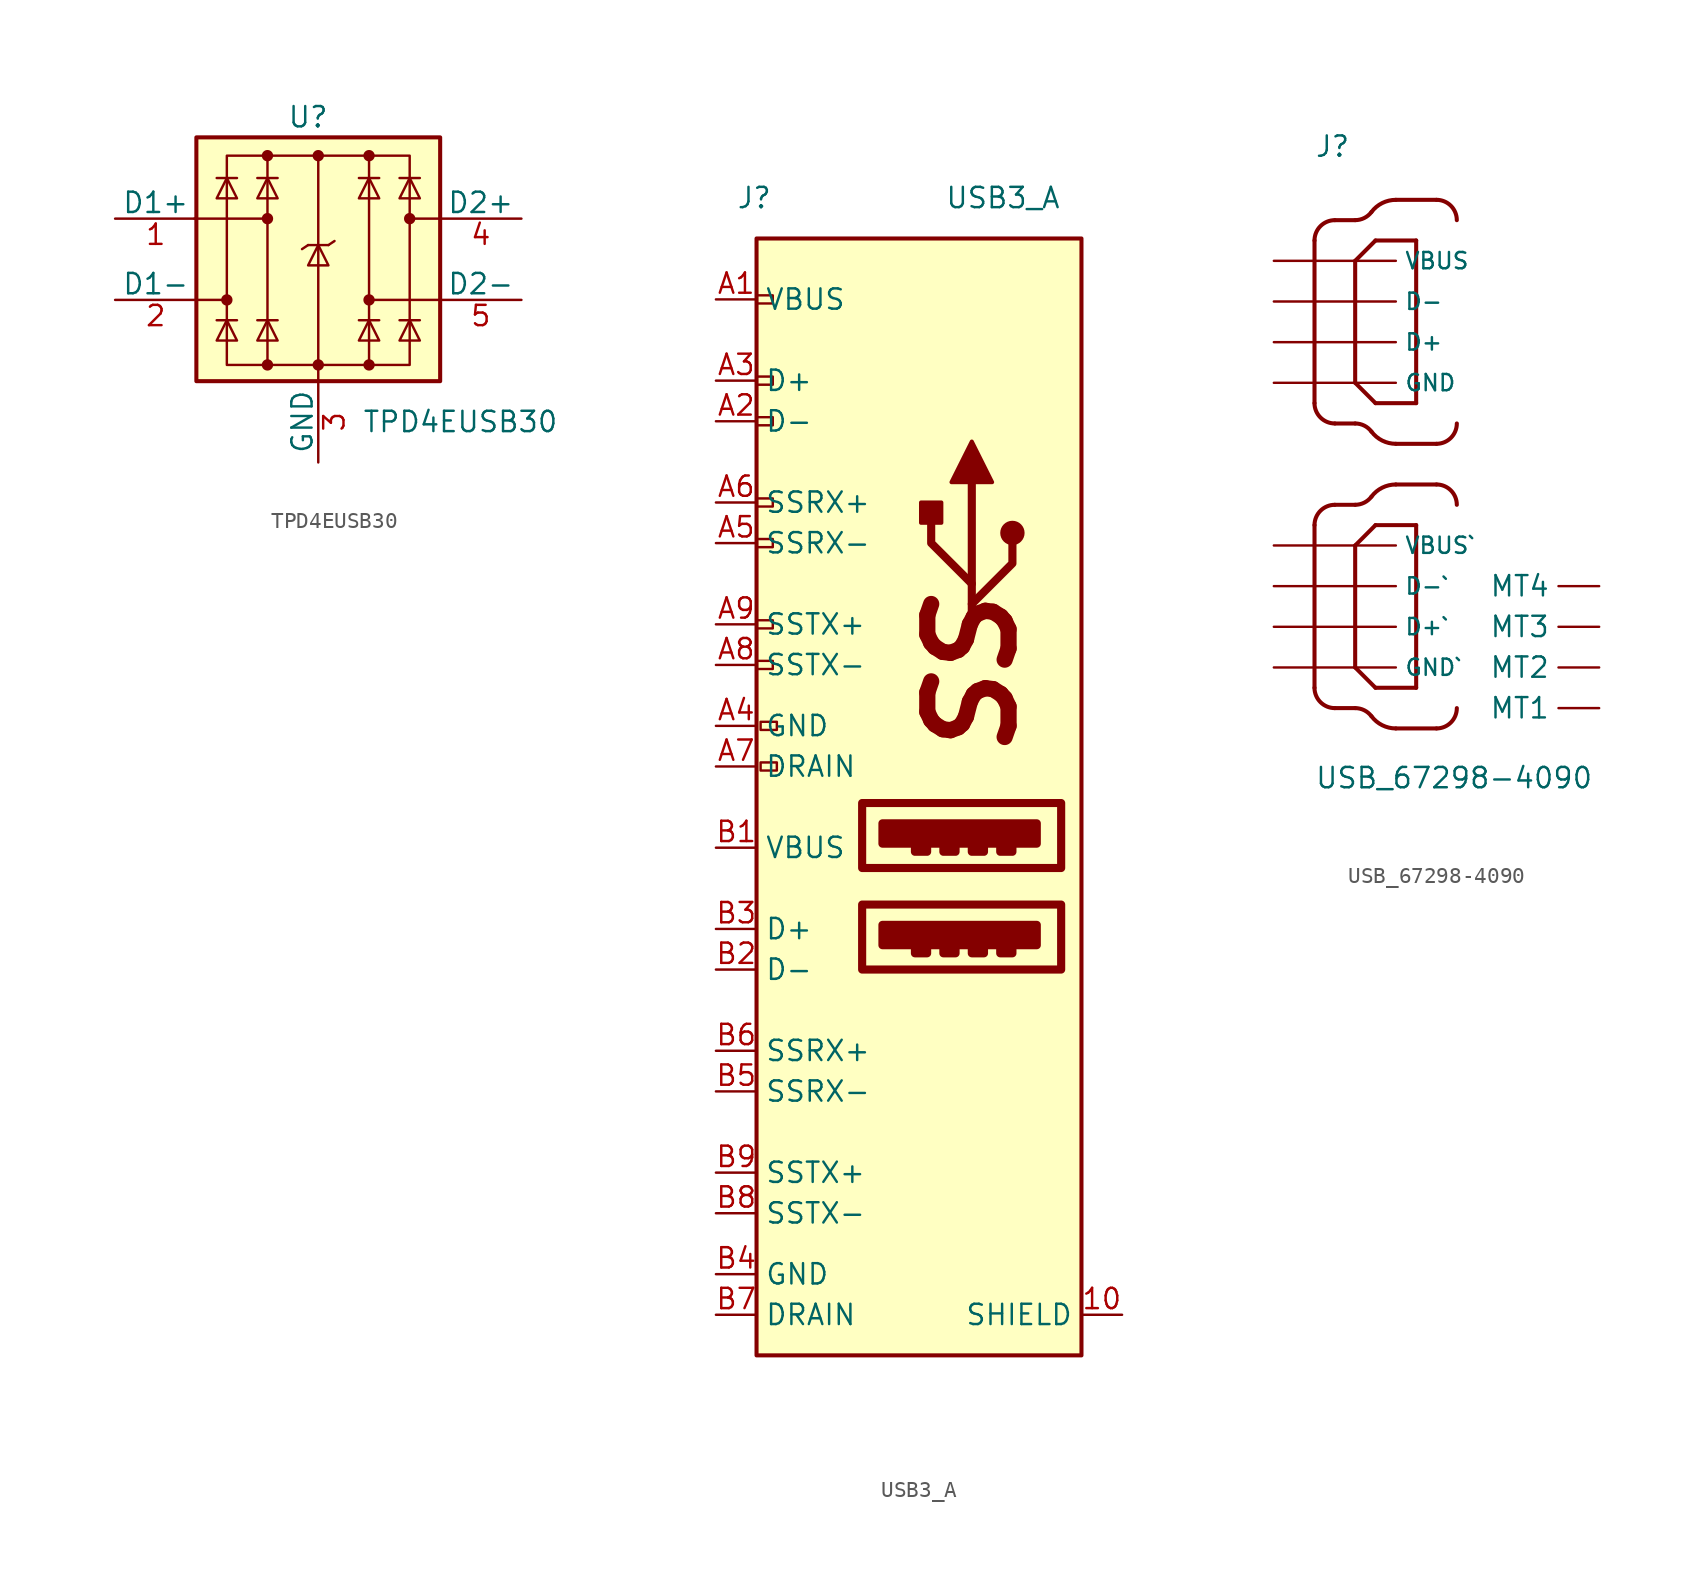
<source format=kicad_sym>
(kicad_symbol_lib
  (version 20201005)
  (generator kicad_symbol_editor)
  (symbol "AP3000:TPD4EUSB30"
    (pin_names
      (offset 0))
    (property "Reference" "U"
      (at -0.635 8.89 0)
      (effects (font (size 1.27 1.27))))
    (property "Value" "TPD4EUSB30"
      (at 8.89 -10.16 0)
      (effects (font (size 1.27 1.27))))
    (symbol "TPD4EUSB30_0_0"
      (rectangle (start -5.715 6.477) (end 5.715 -6.604) (stroke (width 0)) (fill (type none)))
      (polyline (pts (xy -3.175 -6.604) (xy -3.175 6.477)) (stroke (width 0)) (fill (type none)))
      (polyline (pts (xy 0 6.477) (xy 0 -6.604)) (stroke (width 0)) (fill (type none)))
      (polyline (pts (xy 3.175 6.477) (xy 3.175 -6.604)) (stroke (width 0)) (fill (type none))))
    (symbol "TPD4EUSB30_0_1"
      (circle (center -5.715 -2.54) (radius 0.279) (stroke (width 0)) (fill (type outline)))
      (circle (center -3.175 -6.604) (radius 0.279) (stroke (width 0)) (fill (type outline)))
      (circle (center -3.175 2.54) (radius 0.279) (stroke (width 0)) (fill (type outline)))
      (circle (center -3.175 6.477) (radius 0.279) (stroke (width 0)) (fill (type outline)))
      (circle (center 0 -6.604) (radius 0.279) (stroke (width 0)) (fill (type outline)))
      (circle (center 0 6.477) (radius 0.279) (stroke (width 0)) (fill (type outline)))
      (circle (center 3.175 -6.604) (radius 0.279) (stroke (width 0)) (fill (type outline)))
      (circle (center 3.175 -2.54) (radius 0.279) (stroke (width 0)) (fill (type outline)))
      (circle (center 3.175 6.477) (radius 0.279) (stroke (width 0)) (fill (type outline)))
      (circle (center 5.715 2.54) (radius 0.279) (stroke (width 0)) (fill (type outline)))
      (rectangle (start -7.62 7.62) (end 7.62 -7.62) (stroke (width 0.254)) (fill (type background)))
      (polyline (pts (xy -7.747 2.54) (xy -3.175 2.54)) (stroke (width 0)) (fill (type none)))
      (polyline (pts (xy -7.62 -2.54) (xy -5.715 -2.54)) (stroke (width 0)) (fill (type none)))
      (polyline (pts (xy -5.08 -3.81) (xy -6.35 -3.81)) (stroke (width 0)) (fill (type none)))
      (polyline (pts (xy -5.08 5.08) (xy -6.35 5.08)) (stroke (width 0)) (fill (type none)))
      (polyline (pts (xy -2.54 -3.81) (xy -3.81 -3.81)) (stroke (width 0)) (fill (type none)))
      (polyline (pts (xy -2.54 5.08) (xy -3.81 5.08)) (stroke (width 0)) (fill (type none)))
      (polyline (pts (xy -0.635 0.889) (xy -1.016 0.635)) (stroke (width 0)) (fill (type none)))
      (polyline (pts (xy 0 -6.604) (xy 0 -7.62)) (stroke (width 0)) (fill (type none)))
      (polyline (pts (xy 0.635 0.889) (xy -0.635 0.889)) (stroke (width 0)) (fill (type none)))
      (polyline (pts (xy 0.635 0.889) (xy 1.016 1.143)) (stroke (width 0)) (fill (type none)))
      (polyline (pts (xy 3.81 -3.81) (xy 2.54 -3.81)) (stroke (width 0)) (fill (type none)))
      (polyline (pts (xy 3.81 5.08) (xy 2.54 5.08)) (stroke (width 0)) (fill (type none)))
      (polyline (pts (xy 6.35 -3.81) (xy 5.08 -3.81)) (stroke (width 0)) (fill (type none)))
      (polyline (pts (xy 6.35 5.08) (xy 5.08 5.08)) (stroke (width 0)) (fill (type none)))
      (polyline (pts (xy 7.62 -2.54) (xy 3.175 -2.54)) (stroke (width 0)) (fill (type none)))
      (polyline (pts (xy 7.62 2.54) (xy 5.715 2.54)) (stroke (width 0)) (fill (type none)))
      (polyline (pts (xy -5.08 -5.08) (xy -6.35 -5.08) (xy -5.715 -3.81) (xy -5.08 -5.08)) (stroke (width 0)) (fill (type none)))
      (polyline (pts (xy -5.08 3.81) (xy -6.35 3.81) (xy -5.715 5.08) (xy -5.08 3.81)) (stroke (width 0)) (fill (type none)))
      (polyline (pts (xy -2.54 -5.08) (xy -3.81 -5.08) (xy -3.175 -3.81) (xy -2.54 -5.08)) (stroke (width 0)) (fill (type none)))
      (polyline (pts (xy -2.54 3.81) (xy -3.81 3.81) (xy -3.175 5.08) (xy -2.54 3.81)) (stroke (width 0)) (fill (type none)))
      (polyline (pts (xy 0.635 -0.381) (xy -0.635 -0.381) (xy 0 0.889) (xy 0.635 -0.381)) (stroke (width 0)) (fill (type none)))
      (polyline (pts (xy 3.81 -5.08) (xy 2.54 -5.08) (xy 3.175 -3.81) (xy 3.81 -5.08)) (stroke (width 0)) (fill (type none)))
      (polyline (pts (xy 3.81 3.81) (xy 2.54 3.81) (xy 3.175 5.08) (xy 3.81 3.81)) (stroke (width 0)) (fill (type none)))
      (polyline (pts (xy 6.35 -5.08) (xy 5.08 -5.08) (xy 5.715 -3.81) (xy 6.35 -5.08)) (stroke (width 0)) (fill (type none)))
      (polyline (pts (xy 6.35 3.81) (xy 5.08 3.81) (xy 5.715 5.08) (xy 6.35 3.81)) (stroke (width 0)) (fill (type none))))
    (symbol "TPD4EUSB30_1_1"
      (pin passive line (at -12.7 2.54 0) (length 5.08) (name "D1+" (effects (font (size 1.27 1.27)))) (number "1" (effects (font (size 1.27 1.27)))))
      (pin passive line (at -12.7 2.54 0) (length 5.08) hide (name "~" (effects (font (size 1.27 1.27)))) (number "10" (effects (font (size 1.27 1.27)))))
      (pin passive line (at -12.7 -2.54 0) (length 5.08) (name "D1-" (effects (font (size 1.27 1.27)))) (number "2" (effects (font (size 1.27 1.27)))))
      (pin power_in line (at 0 -12.7 90) (length 5.08) (name "GND" (effects (font (size 1.27 1.27)))) (number "3" (effects (font (size 1.27 1.27)))))
      (pin passive line (at 12.7 2.54 180) (length 5.08) (name "D2+" (effects (font (size 1.27 1.27)))) (number "4" (effects (font (size 1.27 1.27)))))
      (pin passive line (at 12.7 -2.54 180) (length 5.08) (name "D2-" (effects (font (size 1.27 1.27)))) (number "5" (effects (font (size 1.27 1.27)))))
      (pin passive line (at 12.7 -2.54 180) (length 5.08) hide (name "~" (effects (font (size 1.27 1.27)))) (number "6" (effects (font (size 1.27 1.27)))))
      (pin passive line (at 12.7 2.54 180) (length 5.08) hide (name "~" (effects (font (size 1.27 1.27)))) (number "7" (effects (font (size 1.27 1.27)))))
      (pin passive line (at 0 -12.7 90) (length 5.08) hide (name "GND" (effects (font (size 1.27 1.27)))) (number "8" (effects (font (size 1.27 1.27)))))
      (pin passive line (at -12.7 -2.54 0) (length 5.08) hide (name "~" (effects (font (size 1.27 1.27)))) (number "9" (effects (font (size 1.27 1.27)))))))
  (symbol "AP3000:USB3_A"
    (property "Reference" "J"
      (at -10.16 33.02 0)
      (effects (font (size 1.27 1.27)) (justify left)))
    (property "Value" "USB3_A"
      (at 10.16 33.02 0)
      (effects (font (size 1.27 1.27)) (justify right)))
    (symbol "USB3_A_1_1"
      (circle (center 7.112 12.065) (radius 0.635) (stroke (width 0.254)) (fill (type outline)))
      (text "SS" (at 4.572 3.175 900) (effects (font (size 5.08 5.08) bold italic)))
      (rectangle (start -8.89 4.064) (end -7.874 3.556) (stroke (width 0)) (fill (type none)))
      (rectangle (start -8.89 6.604) (end -7.874 6.096) (stroke (width 0)) (fill (type none)))
      (rectangle (start -8.89 11.684) (end -7.874 11.176) (stroke (width 0)) (fill (type none)))
      (rectangle (start -8.89 14.224) (end -7.874 13.716) (stroke (width 0)) (fill (type none)))
      (rectangle (start -8.89 19.304) (end -7.874 18.796) (stroke (width 0)) (fill (type none)))
      (rectangle (start -8.89 21.844) (end -7.874 21.336) (stroke (width 0)) (fill (type none)))
      (rectangle (start -8.89 26.924) (end -7.874 26.416) (stroke (width 0)) (fill (type none)))
      (rectangle (start -7.62 -2.286) (end -8.636 -2.794) (stroke (width 0)) (fill (type none)))
      (rectangle (start -7.62 0.254) (end -8.636 -0.254) (stroke (width 0)) (fill (type none)))
      (rectangle (start -2.286 -11.176) (end 10.16 -15.24) (stroke (width 0.508)) (fill (type none)))
      (rectangle (start -2.286 -4.826) (end 10.16 -8.89) (stroke (width 0.508)) (fill (type none)))
      (rectangle (start 1.016 -13.97) (end 1.778 -14.224) (stroke (width 0.508)) (fill (type none)))
      (rectangle (start 1.016 -7.62) (end 1.778 -7.874) (stroke (width 0.508)) (fill (type none)))
      (rectangle (start 2.794 -13.97) (end 3.556 -14.224) (stroke (width 0.508)) (fill (type none)))
      (rectangle (start 2.794 -7.62) (end 3.556 -7.874) (stroke (width 0.508)) (fill (type none)))
      (rectangle (start 4.572 -13.97) (end 5.334 -14.224) (stroke (width 0.508)) (fill (type none)))
      (rectangle (start 4.572 -7.62) (end 5.334 -7.874) (stroke (width 0.508)) (fill (type none)))
      (rectangle (start 6.35 -13.97) (end 7.112 -14.224) (stroke (width 0.508)) (fill (type none)))
      (rectangle (start 6.35 -7.62) (end 7.112 -7.874) (stroke (width 0.508)) (fill (type none)))
      (rectangle (start -1.016 -12.446) (end 8.636 -13.716) (stroke (width 0.508)) (fill (type outline)))
      (rectangle (start -1.016 -6.096) (end 8.636 -7.366) (stroke (width 0.508)) (fill (type outline)))
      (rectangle (start 2.667 12.7) (end 1.397 13.97) (stroke (width 0.254)) (fill (type outline)))
      (rectangle (start 11.43 30.48) (end -8.89 -39.37) (stroke (width 0.254)) (fill (type background)))
      (polyline (pts (xy 4.572 6.35) (xy 4.572 15.24)) (stroke (width 0.508)) (fill (type none)))
      (polyline (pts (xy 4.572 7.62) (xy 7.112 10.16) (xy 7.112 11.43)) (stroke (width 0.508)) (fill (type none)))
      (polyline (pts (xy 4.572 8.89) (xy 2.032 11.43) (xy 2.032 12.7)) (stroke (width 0.508)) (fill (type none)))
      (polyline (pts (xy 5.842 15.24) (xy 4.572 17.78) (xy 3.302 15.24) (xy 5.842 15.24)) (stroke (width 0.254)) (fill (type outline)))
      (pin passive line (at 13.97 -36.83 180) (length 2.54) (name "SHIELD" (effects (font (size 1.27 1.27)))) (number "10" (effects (font (size 1.27 1.27)))))
      (pin power_in line (at -11.43 26.67 0) (length 2.54) (name "VBUS" (effects (font (size 1.27 1.27)))) (number "A1" (effects (font (size 1.27 1.27)))))
      (pin bidirectional line (at -11.43 19.05 0) (length 2.54) (name "D-" (effects (font (size 1.27 1.27)))) (number "A2" (effects (font (size 1.27 1.27)))))
      (pin bidirectional line (at -11.43 21.59 0) (length 2.54) (name "D+" (effects (font (size 1.27 1.27)))) (number "A3" (effects (font (size 1.27 1.27)))))
      (pin power_in line (at -11.43 0 0) (length 2.54) (name "GND" (effects (font (size 1.27 1.27)))) (number "A4" (effects (font (size 1.27 1.27)))))
      (pin bidirectional line (at -11.43 11.43 0) (length 2.54) (name "SSRX-" (effects (font (size 1.27 1.27)))) (number "A5" (effects (font (size 1.27 1.27)))))
      (pin bidirectional line (at -11.43 13.97 0) (length 2.54) (name "SSRX+" (effects (font (size 1.27 1.27)))) (number "A6" (effects (font (size 1.27 1.27)))))
      (pin power_in line (at -11.43 -2.54 0) (length 2.54) (name "DRAIN" (effects (font (size 1.27 1.27)))) (number "A7" (effects (font (size 1.27 1.27)))))
      (pin bidirectional line (at -11.43 3.81 0) (length 2.54) (name "SSTX-" (effects (font (size 1.27 1.27)))) (number "A8" (effects (font (size 1.27 1.27)))))
      (pin bidirectional line (at -11.43 6.35 0) (length 2.54) (name "SSTX+" (effects (font (size 1.27 1.27)))) (number "A9" (effects (font (size 1.27 1.27)))))
      (pin power_in line (at -11.43 -7.62 0) (length 2.54) (name "VBUS" (effects (font (size 1.27 1.27)))) (number "B1" (effects (font (size 1.27 1.27)))))
      (pin bidirectional line (at -11.43 -15.24 0) (length 2.54) (name "D-" (effects (font (size 1.27 1.27)))) (number "B2" (effects (font (size 1.27 1.27)))))
      (pin bidirectional line (at -11.43 -12.7 0) (length 2.54) (name "D+" (effects (font (size 1.27 1.27)))) (number "B3" (effects (font (size 1.27 1.27)))))
      (pin power_in line (at -11.43 -34.29 0) (length 2.54) (name "GND" (effects (font (size 1.27 1.27)))) (number "B4" (effects (font (size 1.27 1.27)))))
      (pin bidirectional line (at -11.43 -22.86 0) (length 2.54) (name "SSRX-" (effects (font (size 1.27 1.27)))) (number "B5" (effects (font (size 1.27 1.27)))))
      (pin bidirectional line (at -11.43 -20.32 0) (length 2.54) (name "SSRX+" (effects (font (size 1.27 1.27)))) (number "B6" (effects (font (size 1.27 1.27)))))
      (pin power_in line (at -11.43 -36.83 0) (length 2.54) (name "DRAIN" (effects (font (size 1.27 1.27)))) (number "B7" (effects (font (size 1.27 1.27)))))
      (pin bidirectional line (at -11.43 -30.48 0) (length 2.54) (name "SSTX-" (effects (font (size 1.27 1.27)))) (number "B8" (effects (font (size 1.27 1.27)))))
      (pin bidirectional line (at -11.43 -27.94 0) (length 2.54) (name "SSTX+" (effects (font (size 1.27 1.27)))) (number "B9" (effects (font (size 1.27 1.27)))))))
  (symbol "AP3000:USB_67298-4090"
    (pin_numbers hide)
    (property "Reference" "J"
      (at -5.08 21.641 0)
      (effects (font (size 1.27 1.27)) (justify left bottom)))
    (property "Value" "USB_67298-4090"
      (at -5.08 -17.805 0)
      (effects (font (size 1.27 1.27)) (justify left bottom)))
    (symbol "USB_67298-4090_0_0"
      (arc (start -5.08 -11.43) (end -3.81 -12.7) (radius (at -3.81 -11.43) (length 1.27) (angles 180 -90)) (stroke (width 0.254)) (fill (type none)))
      (arc (start -5.08 -1.27) (end -3.81 0) (radius (at -3.81 -1.27) (length 1.27) (angles 180 90)) (stroke (width 0.254)) (fill (type none)))
      (arc (start -5.08 6.35) (end -3.81 5.08) (radius (at -3.81 6.35) (length 1.27) (angles 180 -90)) (stroke (width 0.254)) (fill (type none)))
      (arc (start -5.08 16.51) (end -3.81 17.78) (radius (at -3.81 16.51) (length 1.27) (angles 180 90)) (stroke (width 0.254)) (fill (type none)))
      (arc (start -2.54 -12.7) (end -1.524 -13.208) (radius (at -2.54 -13.97) (length 1.27) (angles -143 -90)) (stroke (width 0.254)) (fill (type none)))
      (arc (start -2.54 0) (end -1.524 0.508) (radius (at -2.54 1.27) (length 1.27) (angles -90 -37)) (stroke (width 0.254)) (fill (type none)))
      (arc (start -2.54 5.08) (end -1.524 4.572) (radius (at -2.54 3.81) (length 1.27) (angles -143 -90)) (stroke (width 0.254)) (fill (type none)))
      (arc (start -2.54 17.78) (end -1.524 18.288) (radius (at -2.54 19.05) (length 1.27) (angles -90 -37)) (stroke (width 0.254)) (fill (type none)))
      (arc (start -1.524 -13.208) (end 0 -13.97) (radius (at 0 -12.065) (length 1.905) (angles -143 -90)) (stroke (width 0.254)) (fill (type none)))
      (arc (start -1.524 0.508) (end 0 1.27) (radius (at 0 -0.635) (length 1.905) (angles -90 -37)) (stroke (width 0.254)) (fill (type none)))
      (arc (start -1.524 4.572) (end 0 3.81) (radius (at 0 5.715) (length 1.905) (angles -143 -90)) (stroke (width 0.254)) (fill (type none)))
      (arc (start -1.524 18.288) (end 0 19.05) (radius (at 0 17.145) (length 1.905) (angles -90 -37)) (stroke (width 0.254)) (fill (type none)))
      (arc (start 2.54 -13.97) (end 3.81 -12.7) (radius (at 2.54 -12.7) (length 1.27) (angles -90 0)) (stroke (width 0.254)) (fill (type none)))
      (arc (start 2.54 1.27) (end 3.81 0) (radius (at 2.54 0) (length 1.27) (angles 90 0)) (stroke (width 0.254)) (fill (type none)))
      (arc (start 2.54 3.81) (end 3.81 5.08) (radius (at 2.54 5.08) (length 1.27) (angles -90 0)) (stroke (width 0.254)) (fill (type none)))
      (arc (start 2.54 19.05) (end 3.81 17.78) (radius (at 2.54 17.78) (length 1.27) (angles 90 0)) (stroke (width 0.254)) (fill (type none)))
      (polyline (pts (xy -5.08 -1.27) (xy -5.08 -11.43)) (stroke (width 0.254)) (fill (type none)))
      (polyline (pts (xy -5.08 16.51) (xy -5.08 6.35)) (stroke (width 0.254)) (fill (type none)))
      (polyline (pts (xy -3.81 -12.7) (xy -2.54 -12.7)) (stroke (width 0.254)) (fill (type none)))
      (polyline (pts (xy -3.81 0) (xy -2.54 0)) (stroke (width 0.254)) (fill (type none)))
      (polyline (pts (xy -3.81 5.08) (xy -2.54 5.08)) (stroke (width 0.254)) (fill (type none)))
      (polyline (pts (xy -3.81 17.78) (xy -2.54 17.78)) (stroke (width 0.254)) (fill (type none)))
      (polyline (pts (xy -2.54 -10.16) (xy -1.27 -11.43)) (stroke (width 0.254)) (fill (type none)))
      (polyline (pts (xy -2.54 -2.54) (xy -2.54 -10.16)) (stroke (width 0.254)) (fill (type none)))
      (polyline (pts (xy -2.54 7.62) (xy -1.27 6.35)) (stroke (width 0.254)) (fill (type none)))
      (polyline (pts (xy -2.54 15.24) (xy -2.54 7.62)) (stroke (width 0.254)) (fill (type none)))
      (polyline (pts (xy -1.27 -11.43) (xy 1.27 -11.43)) (stroke (width 0.254)) (fill (type none)))
      (polyline (pts (xy -1.27 -1.27) (xy -2.54 -2.54)) (stroke (width 0.254)) (fill (type none)))
      (polyline (pts (xy -1.27 6.35) (xy 1.27 6.35)) (stroke (width 0.254)) (fill (type none)))
      (polyline (pts (xy -1.27 16.51) (xy -2.54 15.24)) (stroke (width 0.254)) (fill (type none)))
      (polyline (pts (xy 0 -13.97) (xy 2.54 -13.97)) (stroke (width 0.254)) (fill (type none)))
      (polyline (pts (xy 0 1.27) (xy 2.54 1.27)) (stroke (width 0.254)) (fill (type none)))
      (polyline (pts (xy 0 3.81) (xy 2.54 3.81)) (stroke (width 0.254)) (fill (type none)))
      (polyline (pts (xy 0 19.05) (xy 2.54 19.05)) (stroke (width 0.254)) (fill (type none)))
      (polyline (pts (xy 1.27 -11.43) (xy 1.27 -1.27)) (stroke (width 0.254)) (fill (type none)))
      (polyline (pts (xy 1.27 -1.27) (xy -1.27 -1.27)) (stroke (width 0.254)) (fill (type none)))
      (polyline (pts (xy 1.27 6.35) (xy 1.27 16.51)) (stroke (width 0.254)) (fill (type none)))
      (polyline (pts (xy 1.27 16.51) (xy -1.27 16.51)) (stroke (width 0.254)) (fill (type none)))
      (pin power_in line (at -7.62 -2.54 0) (length 7.62) (name "VBUS`" (effects (font (size 1.016 1.016)))) (number "1" (effects (font (size 1.016 1.016)))))
      (pin passive line (at -7.62 -5.08 0) (length 7.62) (name "D-`" (effects (font (size 1.016 1.016)))) (number "2" (effects (font (size 1.016 1.016)))))
      (pin passive line (at -7.62 -7.62 0) (length 7.62) (name "D+`" (effects (font (size 1.016 1.016)))) (number "3" (effects (font (size 1.016 1.016)))))
      (pin power_in line (at -7.62 -10.16 0) (length 7.62) (name "GND`" (effects (font (size 1.016 1.016)))) (number "4" (effects (font (size 1.016 1.016)))))
      (pin power_in line (at -7.62 15.24 0) (length 7.62) (name "VBUS" (effects (font (size 1.016 1.016)))) (number "5" (effects (font (size 1.016 1.016)))))
      (pin passive line (at -7.62 12.7 0) (length 7.62) (name "D-" (effects (font (size 1.016 1.016)))) (number "6" (effects (font (size 1.016 1.016)))))
      (pin passive line (at -7.62 10.16 0) (length 7.62) (name "D+" (effects (font (size 1.016 1.016)))) (number "7" (effects (font (size 1.016 1.016)))))
      (pin power_in line (at -7.62 7.62 0) (length 7.62) (name "GND" (effects (font (size 1.016 1.016)))) (number "8" (effects (font (size 1.016 1.016)))))
      (pin passive line (at 12.7 -12.7 180) (length 2.54) (name "MT1" (effects (font (size 1.27 1.27)))) (number "MT1" (effects (font (size 1.27 1.27)))))
      (pin passive line (at 12.7 -10.16 180) (length 2.54) (name "MT2" (effects (font (size 1.27 1.27)))) (number "MT2" (effects (font (size 1.27 1.27)))))
      (pin passive line (at 12.7 -7.62 180) (length 2.54) (name "MT3" (effects (font (size 1.27 1.27)))) (number "MT3" (effects (font (size 1.27 1.27)))))
      (pin passive line (at 12.7 -5.08 180) (length 2.54) (name "MT4" (effects (font (size 1.27 1.27)))) (number "MT4" (effects (font (size 1.27 1.27))))))))
</source>
